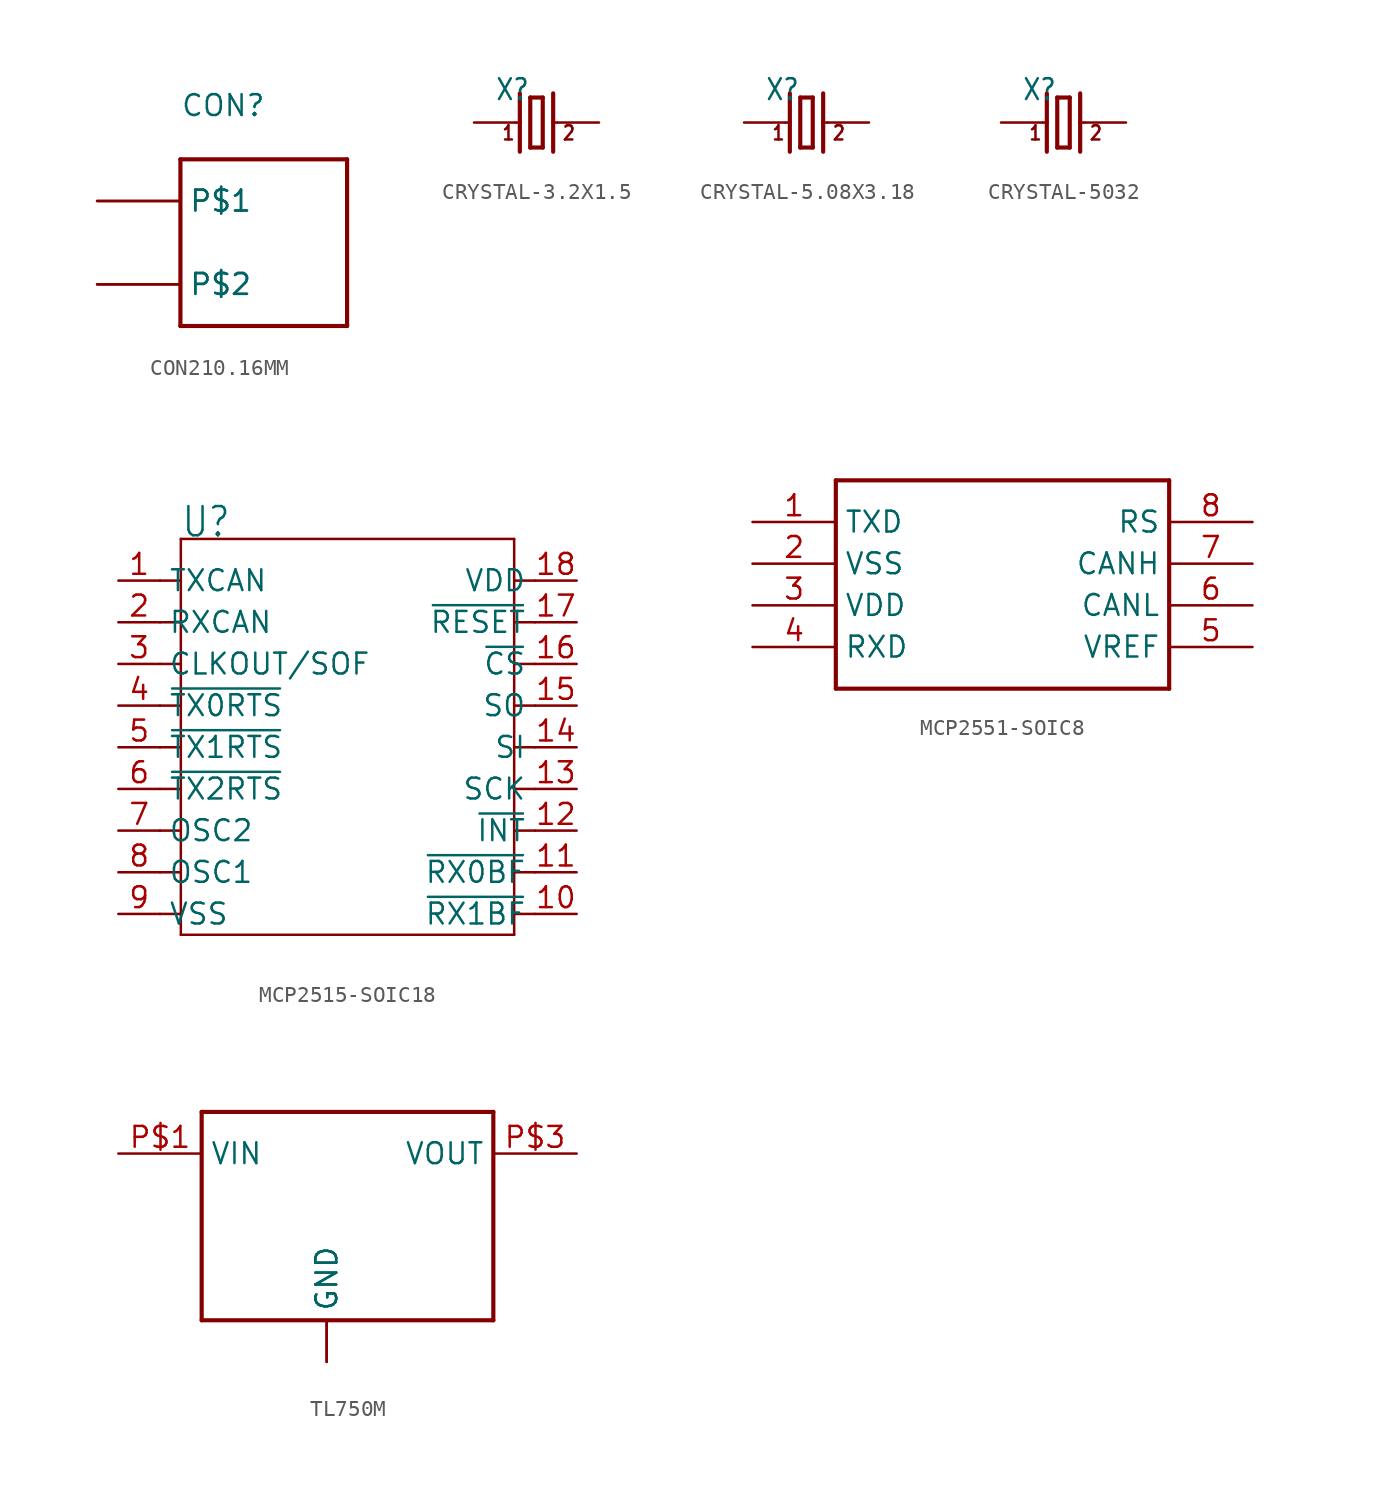
<source format=kicad_sym>
(kicad_symbol_lib
  (version 20220914)
  (generator kicad_symbol_editor)
  (symbol "CON210.16MM"
    (property "Reference" "CON"
      (at -7.62 5.08 0)
      (effects (font (size 1.27 1.27)) (justify left bottom)))
    (property "ki_locked" ""
      (at 0 0 0)
      (effects (font (size 1.27 1.27))))
    (symbol "CON210.16MM_1_0"
      (polyline (pts (xy -7.62 -7.62) (xy -7.62 2.54)) (stroke (width 0.254) (type solid)) (fill (type none)))
      (polyline (pts (xy -7.62 2.54) (xy 2.54 2.54)) (stroke (width 0.254) (type solid)) (fill (type none)))
      (polyline (pts (xy 2.54 -7.62) (xy -7.62 -7.62)) (stroke (width 0.254) (type solid)) (fill (type none)))
      (polyline (pts (xy 2.54 2.54) (xy 2.54 -7.62)) (stroke (width 0.254) (type solid)) (fill (type none)))
      (pin bidirectional line (at -12.7 0 0) (length 5.08) (name "P$1" (effects (font (size 1.27 1.27)))) (number "P$1" (effects (font (size 0 0)))))
      (pin bidirectional line (at -12.7 0 0) (length 5.08) (name "P$1" (effects (font (size 1.27 1.27)))) (number "P$2" (effects (font (size 0 0)))))
      (pin bidirectional line (at -12.7 -5.08 0) (length 5.08) (name "P$2" (effects (font (size 1.27 1.27)))) (number "P$3" (effects (font (size 0 0)))))
      (pin bidirectional line (at -12.7 -5.08 0) (length 5.08) (name "P$2" (effects (font (size 1.27 1.27)))) (number "P$4" (effects (font (size 0 0)))))))
  (symbol "CRYSTAL-3.2X1.5"
    (property "Reference" "X"
      (at -2.54 1.27 0)
      (effects (font (size 1.27 1.079)) (justify left bottom)))
    (property "Value" ""
      (at -2.54 -2.667 0)
      (effects (font (size 1.27 1.079)) (justify left bottom)))
    (property "ki_locked" ""
      (at 0 0 0)
      (effects (font (size 1.27 1.27))))
    (symbol "CRYSTAL-3.2X1.5_1_0"
      (polyline (pts (xy -1.27 0) (xy -1.016 0)) (stroke (width 0.152) (type solid)) (fill (type none)))
      (polyline (pts (xy -1.016 0) (xy -1.016 -1.778)) (stroke (width 0.254) (type solid)) (fill (type none)))
      (polyline (pts (xy -1.016 1.778) (xy -1.016 0)) (stroke (width 0.254) (type solid)) (fill (type none)))
      (polyline (pts (xy -0.381 -1.524) (xy 0.381 -1.524)) (stroke (width 0.254) (type solid)) (fill (type none)))
      (polyline (pts (xy -0.381 1.524) (xy -0.381 -1.524)) (stroke (width 0.254) (type solid)) (fill (type none)))
      (polyline (pts (xy 0.381 -1.524) (xy 0.381 1.524)) (stroke (width 0.254) (type solid)) (fill (type none)))
      (polyline (pts (xy 0.381 1.524) (xy -0.381 1.524)) (stroke (width 0.254) (type solid)) (fill (type none)))
      (polyline (pts (xy 1.016 0) (xy 1.016 -1.778)) (stroke (width 0.254) (type solid)) (fill (type none)))
      (polyline (pts (xy 1.016 0) (xy 1.27 0)) (stroke (width 0.152) (type solid)) (fill (type none)))
      (polyline (pts (xy 1.016 1.778) (xy 1.016 0)) (stroke (width 0.254) (type solid)) (fill (type none)))
      (text "1" (at -2.159 -1.143 0) (effects (font (size 0.864 0.734)) (justify left bottom)))
      (text "2" (at 1.524 -1.143 0) (effects (font (size 0.864 0.734)) (justify left bottom)))
      (pin passive line (at -3.81 0 0) (length 2.54) (name "1" (effects (font (size 0 0)))) (number "P$1" (effects (font (size 0 0)))))
      (pin passive line (at 3.81 0 180) (length 2.54) (name "2" (effects (font (size 0 0)))) (number "P$2" (effects (font (size 0 0)))))))
  (symbol "CRYSTAL-5.08X3.18"
    (property "Reference" "X"
      (at -2.54 1.27 0)
      (effects (font (size 1.27 1.079)) (justify left bottom)))
    (property "Value" ""
      (at -2.54 -2.667 0)
      (effects (font (size 1.27 1.079)) (justify left bottom)))
    (property "ki_locked" ""
      (at 0 0 0)
      (effects (font (size 1.27 1.27))))
    (symbol "CRYSTAL-5.08X3.18_1_0"
      (polyline (pts (xy -1.27 0) (xy -1.016 0)) (stroke (width 0.152) (type solid)) (fill (type none)))
      (polyline (pts (xy -1.016 0) (xy -1.016 -1.778)) (stroke (width 0.254) (type solid)) (fill (type none)))
      (polyline (pts (xy -1.016 1.778) (xy -1.016 0)) (stroke (width 0.254) (type solid)) (fill (type none)))
      (polyline (pts (xy -0.381 -1.524) (xy 0.381 -1.524)) (stroke (width 0.254) (type solid)) (fill (type none)))
      (polyline (pts (xy -0.381 1.524) (xy -0.381 -1.524)) (stroke (width 0.254) (type solid)) (fill (type none)))
      (polyline (pts (xy 0.381 -1.524) (xy 0.381 1.524)) (stroke (width 0.254) (type solid)) (fill (type none)))
      (polyline (pts (xy 0.381 1.524) (xy -0.381 1.524)) (stroke (width 0.254) (type solid)) (fill (type none)))
      (polyline (pts (xy 1.016 0) (xy 1.016 -1.778)) (stroke (width 0.254) (type solid)) (fill (type none)))
      (polyline (pts (xy 1.016 0) (xy 1.27 0)) (stroke (width 0.152) (type solid)) (fill (type none)))
      (polyline (pts (xy 1.016 1.778) (xy 1.016 0)) (stroke (width 0.254) (type solid)) (fill (type none)))
      (text "1" (at -2.159 -1.143 0) (effects (font (size 0.864 0.734)) (justify left bottom)))
      (text "2" (at 1.524 -1.143 0) (effects (font (size 0.864 0.734)) (justify left bottom)))
      (pin passive line (at -3.81 0 0) (length 2.54) (name "1" (effects (font (size 0 0)))) (number "X1" (effects (font (size 0 0)))))
      (pin passive line (at 3.81 0 180) (length 2.54) (name "2" (effects (font (size 0 0)))) (number "X2" (effects (font (size 0 0)))))))
  (symbol "CRYSTAL-5032"
    (property "Reference" "X"
      (at -2.54 1.27 0)
      (effects (font (size 1.27 1.079)) (justify left bottom)))
    (property "Value" ""
      (at -2.54 -2.667 0)
      (effects (font (size 1.27 1.079)) (justify left bottom)))
    (property "ki_locked" ""
      (at 0 0 0)
      (effects (font (size 1.27 1.27))))
    (symbol "CRYSTAL-5032_1_0"
      (polyline (pts (xy -1.27 0) (xy -1.016 0)) (stroke (width 0.152) (type solid)) (fill (type none)))
      (polyline (pts (xy -1.016 0) (xy -1.016 -1.778)) (stroke (width 0.254) (type solid)) (fill (type none)))
      (polyline (pts (xy -1.016 1.778) (xy -1.016 0)) (stroke (width 0.254) (type solid)) (fill (type none)))
      (polyline (pts (xy -0.381 -1.524) (xy 0.381 -1.524)) (stroke (width 0.254) (type solid)) (fill (type none)))
      (polyline (pts (xy -0.381 1.524) (xy -0.381 -1.524)) (stroke (width 0.254) (type solid)) (fill (type none)))
      (polyline (pts (xy 0.381 -1.524) (xy 0.381 1.524)) (stroke (width 0.254) (type solid)) (fill (type none)))
      (polyline (pts (xy 0.381 1.524) (xy -0.381 1.524)) (stroke (width 0.254) (type solid)) (fill (type none)))
      (polyline (pts (xy 1.016 0) (xy 1.016 -1.778)) (stroke (width 0.254) (type solid)) (fill (type none)))
      (polyline (pts (xy 1.016 0) (xy 1.27 0)) (stroke (width 0.152) (type solid)) (fill (type none)))
      (polyline (pts (xy 1.016 1.778) (xy 1.016 0)) (stroke (width 0.254) (type solid)) (fill (type none)))
      (text "1" (at -2.159 -1.143 0) (effects (font (size 0.864 0.734)) (justify left bottom)))
      (text "2" (at 1.524 -1.143 0) (effects (font (size 0.864 0.734)) (justify left bottom)))
      (pin passive line (at -3.81 0 0) (length 2.54) (name "1" (effects (font (size 0 0)))) (number "1" (effects (font (size 0 0)))))
      (pin passive line (at 3.81 0 180) (length 2.54) (name "2" (effects (font (size 0 0)))) (number "2" (effects (font (size 0 0)))))))
  (symbol "MCP2515-SOIC18"
    (property "Reference" "U"
      (at -10.16 12.7 0)
      (effects (font (size 1.778 1.511)) (justify left bottom)))
    (property "Value" ""
      (at 1.27 12.7 0)
      (effects (font (size 1.778 1.511)) (justify left bottom)))
    (property "ki_locked" ""
      (at 0 0 0)
      (effects (font (size 1.27 1.27))))
    (symbol "MCP2515-SOIC18_1_0"
      (polyline (pts (xy -11.43 -10.16) (xy -10.16 -10.16)) (stroke (width 0.152) (type solid)) (fill (type none)))
      (polyline (pts (xy -11.43 -7.62) (xy -10.16 -7.62)) (stroke (width 0.152) (type solid)) (fill (type none)))
      (polyline (pts (xy -11.43 -5.08) (xy -10.16 -5.08)) (stroke (width 0.152) (type solid)) (fill (type none)))
      (polyline (pts (xy -11.43 -2.54) (xy -10.16 -2.54)) (stroke (width 0.152) (type solid)) (fill (type none)))
      (polyline (pts (xy -11.43 0) (xy -10.16 0)) (stroke (width 0.152) (type solid)) (fill (type none)))
      (polyline (pts (xy -11.43 2.54) (xy -10.16 2.54)) (stroke (width 0.152) (type solid)) (fill (type none)))
      (polyline (pts (xy -11.43 5.08) (xy -10.16 5.08)) (stroke (width 0.152) (type solid)) (fill (type none)))
      (polyline (pts (xy -11.43 7.62) (xy -10.16 7.62)) (stroke (width 0.152) (type solid)) (fill (type none)))
      (polyline (pts (xy -11.43 10.16) (xy -10.16 10.16)) (stroke (width 0.152) (type solid)) (fill (type none)))
      (polyline (pts (xy -10.16 -11.43) (xy -10.16 -2.54)) (stroke (width 0.152) (type solid)) (fill (type none)))
      (polyline (pts (xy -10.16 -2.54) (xy -10.16 0)) (stroke (width 0.152) (type solid)) (fill (type none)))
      (polyline (pts (xy -10.16 0) (xy -10.16 2.54)) (stroke (width 0.152) (type solid)) (fill (type none)))
      (polyline (pts (xy -10.16 2.54) (xy -10.16 5.08)) (stroke (width 0.152) (type solid)) (fill (type none)))
      (polyline (pts (xy -10.16 5.08) (xy -10.16 7.62)) (stroke (width 0.152) (type solid)) (fill (type none)))
      (polyline (pts (xy -10.16 7.62) (xy -10.16 10.16)) (stroke (width 0.152) (type solid)) (fill (type none)))
      (polyline (pts (xy -10.16 10.16) (xy -10.16 12.7)) (stroke (width 0.152) (type solid)) (fill (type none)))
      (polyline (pts (xy -10.16 12.7) (xy 10.16 12.7)) (stroke (width 0.152) (type solid)) (fill (type none)))
      (polyline (pts (xy 10.16 -11.43) (xy -10.16 -11.43)) (stroke (width 0.152) (type solid)) (fill (type none)))
      (polyline (pts (xy 10.16 -10.16) (xy 11.43 -10.16)) (stroke (width 0.152) (type solid)) (fill (type none)))
      (polyline (pts (xy 10.16 -7.62) (xy 11.43 -7.62)) (stroke (width 0.152) (type solid)) (fill (type none)))
      (polyline (pts (xy 10.16 -5.08) (xy 11.43 -5.08)) (stroke (width 0.152) (type solid)) (fill (type none)))
      (polyline (pts (xy 10.16 -2.54) (xy 11.43 -2.54)) (stroke (width 0.152) (type solid)) (fill (type none)))
      (polyline (pts (xy 10.16 0) (xy 11.43 0)) (stroke (width 0.152) (type solid)) (fill (type none)))
      (polyline (pts (xy 10.16 2.54) (xy 11.43 2.54)) (stroke (width 0.152) (type solid)) (fill (type none)))
      (polyline (pts (xy 10.16 5.08) (xy 11.43 5.08)) (stroke (width 0.152) (type solid)) (fill (type none)))
      (polyline (pts (xy 10.16 7.62) (xy 11.43 7.62)) (stroke (width 0.152) (type solid)) (fill (type none)))
      (polyline (pts (xy 10.16 10.16) (xy 11.43 10.16)) (stroke (width 0.152) (type solid)) (fill (type none)))
      (polyline (pts (xy 10.16 12.7) (xy 10.16 -11.43)) (stroke (width 0.152) (type solid)) (fill (type none)))
      (pin output line (at -13.97 10.16 0) (length 2.54) (name "TXCAN" (effects (font (size 1.27 1.27)))) (number "1" (effects (font (size 1.27 1.27)))))
      (pin output line (at 13.97 -10.16 180) (length 2.54) (name "~{RX1BF}" (effects (font (size 1.27 1.27)))) (number "10" (effects (font (size 1.27 1.27)))))
      (pin output line (at 13.97 -7.62 180) (length 2.54) (name "~{RX0BF}" (effects (font (size 1.27 1.27)))) (number "11" (effects (font (size 1.27 1.27)))))
      (pin output line (at 13.97 -5.08 180) (length 2.54) (name "~{INT}" (effects (font (size 1.27 1.27)))) (number "12" (effects (font (size 1.27 1.27)))))
      (pin input line (at 13.97 -2.54 180) (length 2.54) (name "SCK" (effects (font (size 1.27 1.27)))) (number "13" (effects (font (size 1.27 1.27)))))
      (pin input line (at 13.97 0 180) (length 2.54) (name "SI" (effects (font (size 1.27 1.27)))) (number "14" (effects (font (size 1.27 1.27)))))
      (pin output line (at 13.97 2.54 180) (length 2.54) (name "SO" (effects (font (size 1.27 1.27)))) (number "15" (effects (font (size 1.27 1.27)))))
      (pin input line (at 13.97 5.08 180) (length 2.54) (name "~{CS}" (effects (font (size 1.27 1.27)))) (number "16" (effects (font (size 1.27 1.27)))))
      (pin input line (at 13.97 7.62 180) (length 2.54) (name "~{RESET}" (effects (font (size 1.27 1.27)))) (number "17" (effects (font (size 1.27 1.27)))))
      (pin power_in line (at 13.97 10.16 180) (length 2.54) (name "VDD" (effects (font (size 1.27 1.27)))) (number "18" (effects (font (size 1.27 1.27)))))
      (pin input line (at -13.97 7.62 0) (length 2.54) (name "RXCAN" (effects (font (size 1.27 1.27)))) (number "2" (effects (font (size 1.27 1.27)))))
      (pin output line (at -13.97 5.08 0) (length 2.54) (name "CLKOUT/SOF" (effects (font (size 1.27 1.27)))) (number "3" (effects (font (size 1.27 1.27)))))
      (pin input line (at -13.97 2.54 0) (length 2.54) (name "~{TX0RTS}" (effects (font (size 1.27 1.27)))) (number "4" (effects (font (size 1.27 1.27)))))
      (pin input line (at -13.97 0 0) (length 2.54) (name "~{TX1RTS}" (effects (font (size 1.27 1.27)))) (number "5" (effects (font (size 1.27 1.27)))))
      (pin input line (at -13.97 -2.54 0) (length 2.54) (name "~{TX2RTS}" (effects (font (size 1.27 1.27)))) (number "6" (effects (font (size 1.27 1.27)))))
      (pin output line (at -13.97 -5.08 0) (length 2.54) (name "OSC2" (effects (font (size 1.27 1.27)))) (number "7" (effects (font (size 1.27 1.27)))))
      (pin input line (at -13.97 -7.62 0) (length 2.54) (name "OSC1" (effects (font (size 1.27 1.27)))) (number "8" (effects (font (size 1.27 1.27)))))
      (pin power_in line (at -13.97 -10.16 0) (length 2.54) (name "VSS" (effects (font (size 1.27 1.27)))) (number "9" (effects (font (size 1.27 1.27)))))))
  (symbol "MCP2551-SOIC8"
    (property "Reference" "U"
      (at -10.16 6.35 0)
      (effects (font (size 1.778 1.511)) (justify left bottom) hide))
    (property "ki_locked" ""
      (at 0 0 0)
      (effects (font (size 1.27 1.27))))
    (symbol "MCP2551-SOIC8_1_0"
      (polyline (pts (xy -10.16 -6.35) (xy 10.16 -6.35)) (stroke (width 0.254) (type solid)) (fill (type none)))
      (polyline (pts (xy -10.16 6.35) (xy -10.16 -6.35)) (stroke (width 0.254) (type solid)) (fill (type none)))
      (polyline (pts (xy 10.16 -6.35) (xy 10.16 6.35)) (stroke (width 0.254) (type solid)) (fill (type none)))
      (polyline (pts (xy 10.16 6.35) (xy -10.16 6.35)) (stroke (width 0.254) (type solid)) (fill (type none)))
      (pin bidirectional line (at -15.24 3.81 0) (length 5.08) (name "TXD" (effects (font (size 1.27 1.27)))) (number "1" (effects (font (size 1.27 1.27)))))
      (pin bidirectional line (at -15.24 1.27 0) (length 5.08) (name "VSS" (effects (font (size 1.27 1.27)))) (number "2" (effects (font (size 1.27 1.27)))))
      (pin bidirectional line (at -15.24 -1.27 0) (length 5.08) (name "VDD" (effects (font (size 1.27 1.27)))) (number "3" (effects (font (size 1.27 1.27)))))
      (pin bidirectional line (at -15.24 -3.81 0) (length 5.08) (name "RXD" (effects (font (size 1.27 1.27)))) (number "4" (effects (font (size 1.27 1.27)))))
      (pin bidirectional line (at 15.24 -3.81 180) (length 5.08) (name "VREF" (effects (font (size 1.27 1.27)))) (number "5" (effects (font (size 1.27 1.27)))))
      (pin bidirectional line (at 15.24 -1.27 180) (length 5.08) (name "CANL" (effects (font (size 1.27 1.27)))) (number "6" (effects (font (size 1.27 1.27)))))
      (pin bidirectional line (at 15.24 1.27 180) (length 5.08) (name "CANH" (effects (font (size 1.27 1.27)))) (number "7" (effects (font (size 1.27 1.27)))))
      (pin bidirectional line (at 15.24 3.81 180) (length 5.08) (name "RS" (effects (font (size 1.27 1.27)))) (number "8" (effects (font (size 1.27 1.27)))))))
  (symbol "TL750M"
    (property "Reference" ""
      (at -7.62 5.08 0)
      (effects (font (size 1.27 1.079)) (justify left bottom) hide))
    (property "Value" ""
      (at 2.54 -12.7 0)
      (effects (font (size 1.27 1.079)) (justify left bottom)))
    (property "ki_locked" ""
      (at 0 0 0)
      (effects (font (size 1.27 1.27))))
    (symbol "TL750M_1_0"
      (polyline (pts (xy -7.62 -10.16) (xy -7.62 2.54)) (stroke (width 0.254) (type solid)) (fill (type none)))
      (polyline (pts (xy -7.62 2.54) (xy 10.16 2.54)) (stroke (width 0.254) (type solid)) (fill (type none)))
      (polyline (pts (xy 10.16 -10.16) (xy -7.62 -10.16)) (stroke (width 0.254) (type solid)) (fill (type none)))
      (polyline (pts (xy 10.16 2.54) (xy 10.16 -10.16)) (stroke (width 0.254) (type solid)) (fill (type none)))
      (pin bidirectional line (at -12.7 0 0) (length 5.08) (name "VIN" (effects (font (size 1.27 1.27)))) (number "P$1" (effects (font (size 1.27 1.27)))))
      (pin bidirectional line (at 0 -12.7 90) (length 2.54) (name "GND" (effects (font (size 1.27 1.27)))) (number "P$2" (effects (font (size 0 0)))))
      (pin bidirectional line (at 15.24 0 180) (length 5.08) (name "VOUT" (effects (font (size 1.27 1.27)))) (number "P$3" (effects (font (size 1.27 1.27)))))
      (pin bidirectional line (at 0 -12.7 90) (length 2.54) (name "GND" (effects (font (size 1.27 1.27)))) (number "P$4" (effects (font (size 0 0))))))))
</source>
